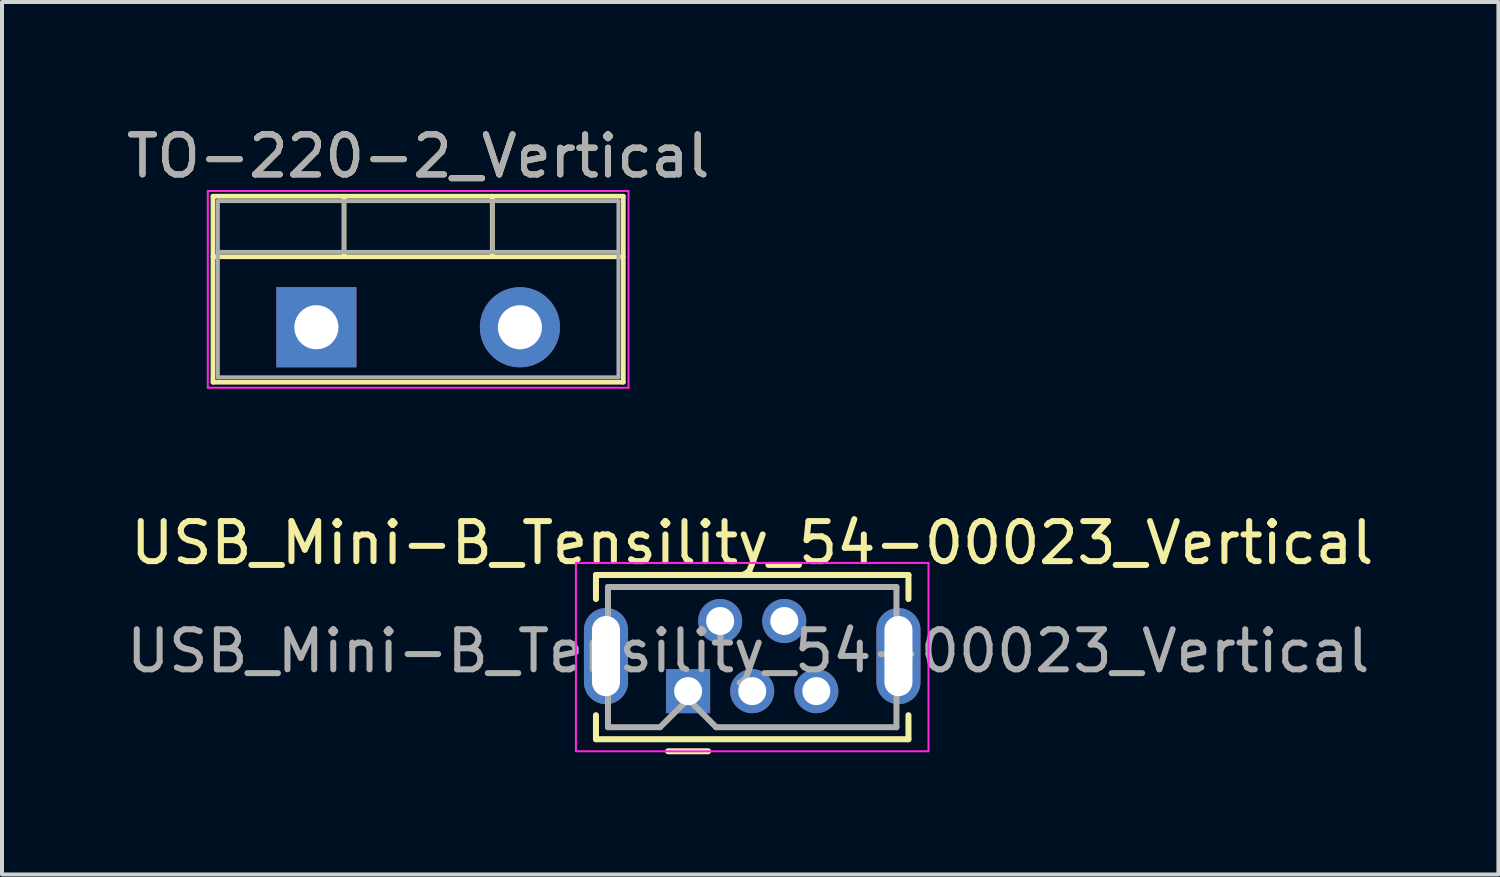
<source format=kicad_pcb>
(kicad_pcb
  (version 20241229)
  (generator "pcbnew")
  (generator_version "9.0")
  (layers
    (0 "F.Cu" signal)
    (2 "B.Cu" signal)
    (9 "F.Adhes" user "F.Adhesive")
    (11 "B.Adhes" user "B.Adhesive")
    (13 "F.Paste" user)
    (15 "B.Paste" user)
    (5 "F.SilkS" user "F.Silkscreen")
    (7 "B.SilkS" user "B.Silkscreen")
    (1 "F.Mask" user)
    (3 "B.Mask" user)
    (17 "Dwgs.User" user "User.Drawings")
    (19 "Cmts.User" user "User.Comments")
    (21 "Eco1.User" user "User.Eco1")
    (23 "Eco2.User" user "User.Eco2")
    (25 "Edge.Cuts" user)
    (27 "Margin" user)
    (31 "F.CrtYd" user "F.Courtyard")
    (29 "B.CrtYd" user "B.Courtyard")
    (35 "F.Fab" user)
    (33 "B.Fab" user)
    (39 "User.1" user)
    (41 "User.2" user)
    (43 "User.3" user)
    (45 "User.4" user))
  (footprint "TO-220-2_Vertical"
    (layer "F.Cu")
    (at 4.847 5.118)
    (property "Reference" "TO-220-2_Vertical" (at 2.54 -4.27 0) (layer "F.SilkS") (effects (font (size 1 1) (thickness 0.15))))
    (attr through_hole)
    (fp_line (start -2.58 -3.27) (end -2.58 1.371) (stroke (width 0.12) (type solid)) (layer "F.SilkS"))
    (fp_line (start -2.58 -3.27) (end 7.66 -3.27) (stroke (width 0.12) (type solid)) (layer "F.SilkS"))
    (fp_line (start -2.58 -1.76) (end 7.66 -1.76) (stroke (width 0.12) (type solid)) (layer "F.SilkS"))
    (fp_line (start -2.58 1.371) (end 7.66 1.371) (stroke (width 0.12) (type solid)) (layer "F.SilkS"))
    (fp_line (start 0.69 -3.27) (end 0.69 -1.76) (stroke (width 0.12) (type solid)) (layer "F.SilkS"))
    (fp_line (start 4.391 -3.27) (end 4.391 -1.76) (stroke (width 0.12) (type solid)) (layer "F.SilkS"))
    (fp_line (start 7.66 -3.27) (end 7.66 1.371) (stroke (width 0.12) (type solid)) (layer "F.SilkS"))
    (fp_line (start -2.71 -3.4) (end -2.71 1.51) (stroke (width 0.05) (type solid)) (layer "F.CrtYd"))
    (fp_line (start -2.71 1.51) (end 7.79 1.51) (stroke (width 0.05) (type solid)) (layer "F.CrtYd"))
    (fp_line (start 7.79 -3.4) (end -2.71 -3.4) (stroke (width 0.05) (type solid)) (layer "F.CrtYd"))
    (fp_line (start 7.79 1.51) (end 7.79 -3.4) (stroke (width 0.05) (type solid)) (layer "F.CrtYd"))
    (fp_line (start -2.46 -3.15) (end -2.46 1.25) (stroke (width 0.1) (type solid)) (layer "F.Fab"))
    (fp_line (start -2.46 -1.88) (end 7.54 -1.88) (stroke (width 0.1) (type solid)) (layer "F.Fab"))
    (fp_line (start -2.46 1.25) (end 7.54 1.25) (stroke (width 0.1) (type solid)) (layer "F.Fab"))
    (fp_line (start 0.69 -3.15) (end 0.69 -1.88) (stroke (width 0.1) (type solid)) (layer "F.Fab"))
    (fp_line (start 4.39 -3.15) (end 4.39 -1.88) (stroke (width 0.1) (type solid)) (layer "F.Fab"))
    (fp_line (start 7.54 -3.15) (end -2.46 -3.15) (stroke (width 0.1) (type solid)) (layer "F.Fab"))
    (fp_line (start 7.54 1.25) (end 7.54 -3.15) (stroke (width 0.1) (type solid)) (layer "F.Fab"))
    (fp_text user "${REFERENCE}" (at 2.54 -4.27 0) (layer "F.Fab") (effects (font (size 1 1) (thickness 0.15))))
    (pad "1" thru_hole rect (at 0 0) (size 2 2) (drill 1.1) (layers "*.Cu" "*.Mask"))
    (pad "2" thru_hole oval (at 5.08 0) (size 2 2) (drill 1.1) (layers "*.Cu" "*.Mask")))
  (footprint "USB_Mini-B_Tensility_54-00023_Vertical"
    (layer "F.Cu")
    (at 14.125 14.201)
    (property "Reference" "USB_Mini-B_Tensility_54-00023_Vertical" (at 1.6 -3.7 0) (layer "F.SilkS") (effects (font (size 1 1) (thickness 0.15))))
    (fp_line (start -2.3 -2.9) (end 5.5 -2.9) (stroke (width 0.15) (type solid)) (layer "F.SilkS"))
    (fp_line (start -2.3 -2.3) (end -2.3 -2.9) (stroke (width 0.15) (type solid)) (layer "F.SilkS"))
    (fp_line (start -2.3 0.6) (end -2.3 1.2) (stroke (width 0.15) (type solid)) (layer "F.SilkS"))
    (fp_line (start -2.3 1.2) (end 5.5 1.2) (stroke (width 0.15) (type solid)) (layer "F.SilkS"))
    (fp_line (start -0.5 1.5) (end 0.5 1.5) (stroke (width 0.15) (type solid)) (layer "F.SilkS"))
    (fp_line (start 5.5 -2.9) (end 5.5 -2.3) (stroke (width 0.15) (type solid)) (layer "F.SilkS"))
    (fp_line (start 5.5 1.2) (end 5.5 0.6) (stroke (width 0.15) (type solid)) (layer "F.SilkS"))
    (fp_line (start -2.8 -3.2) (end -2.8 1.5) (stroke (width 0.05) (type solid)) (layer "F.CrtYd"))
    (fp_line (start -2.8 1.5) (end 6 1.5) (stroke (width 0.05) (type solid)) (layer "F.CrtYd"))
    (fp_line (start 6 -3.2) (end -2.8 -3.2) (stroke (width 0.05) (type solid)) (layer "F.CrtYd"))
    (fp_line (start 6 1.5) (end 6 -3.2) (stroke (width 0.05) (type solid)) (layer "F.CrtYd"))
    (fp_line (start -2 0.9) (end -2 -2.6) (stroke (width 0.15) (type solid)) (layer "F.Fab"))
    (fp_line (start -2 0.9) (end -0.7 0.9) (stroke (width 0.15) (type solid)) (layer "F.Fab"))
    (fp_line (start -0.7 0.9) (end 0 0.2) (stroke (width 0.15) (type solid)) (layer "F.Fab"))
    (fp_line (start 0 0.2) (end 0.7 0.9) (stroke (width 0.15) (type solid)) (layer "F.Fab"))
    (fp_line (start 0.7 0.9) (end 5.2 0.9) (stroke (width 0.15) (type solid)) (layer "F.Fab"))
    (fp_line (start 5.2 -2.6) (end -2 -2.6) (stroke (width 0.15) (type solid)) (layer "F.Fab"))
    (fp_line (start 5.2 -2.6) (end 5.2 0.9) (stroke (width 0.15) (type solid)) (layer "F.Fab"))
    (fp_text user "${REFERENCE}" (at 1.5 -1 0) (layer "F.Fab") (effects (font (size 1 1) (thickness 0.15))))
    (pad "1" thru_hole rect (at 0 0) (size 1.1 1.1) (drill 0.7) (layers "*.Cu" "*.Mask"))
    (pad "2" thru_hole circle (at 0.8 -1.75) (size 1.1 1.1) (drill 0.7) (layers "*.Cu" "*.Mask"))
    (pad "3" thru_hole circle (at 1.6 0) (size 1.1 1.1) (drill 0.7) (layers "*.Cu" "*.Mask"))
    (pad "4" thru_hole circle (at 2.4 -1.75) (size 1.1 1.1) (drill 0.7) (layers "*.Cu" "*.Mask"))
    (pad "5" thru_hole circle (at 3.2 0) (size 1.1 1.1) (drill 0.7) (layers "*.Cu" "*.Mask"))
    (pad "6" thru_hole oval (at -2.05 -0.875) (size 1.1 2.4) (drill oval 0.7 2) (layers "*.Cu" "*.Mask"))
    (pad "6" thru_hole oval (at 5.25 -0.875) (size 1.1 2.4) (drill oval 0.7 2) (layers "*.Cu" "*.Mask")))
  (gr_rect
    (start -3 -3)
    (end 34.35 18.776)
    (stroke (width 0.1) (type default))
    (fill no)
    (layer "Edge.Cuts")))
</source>
